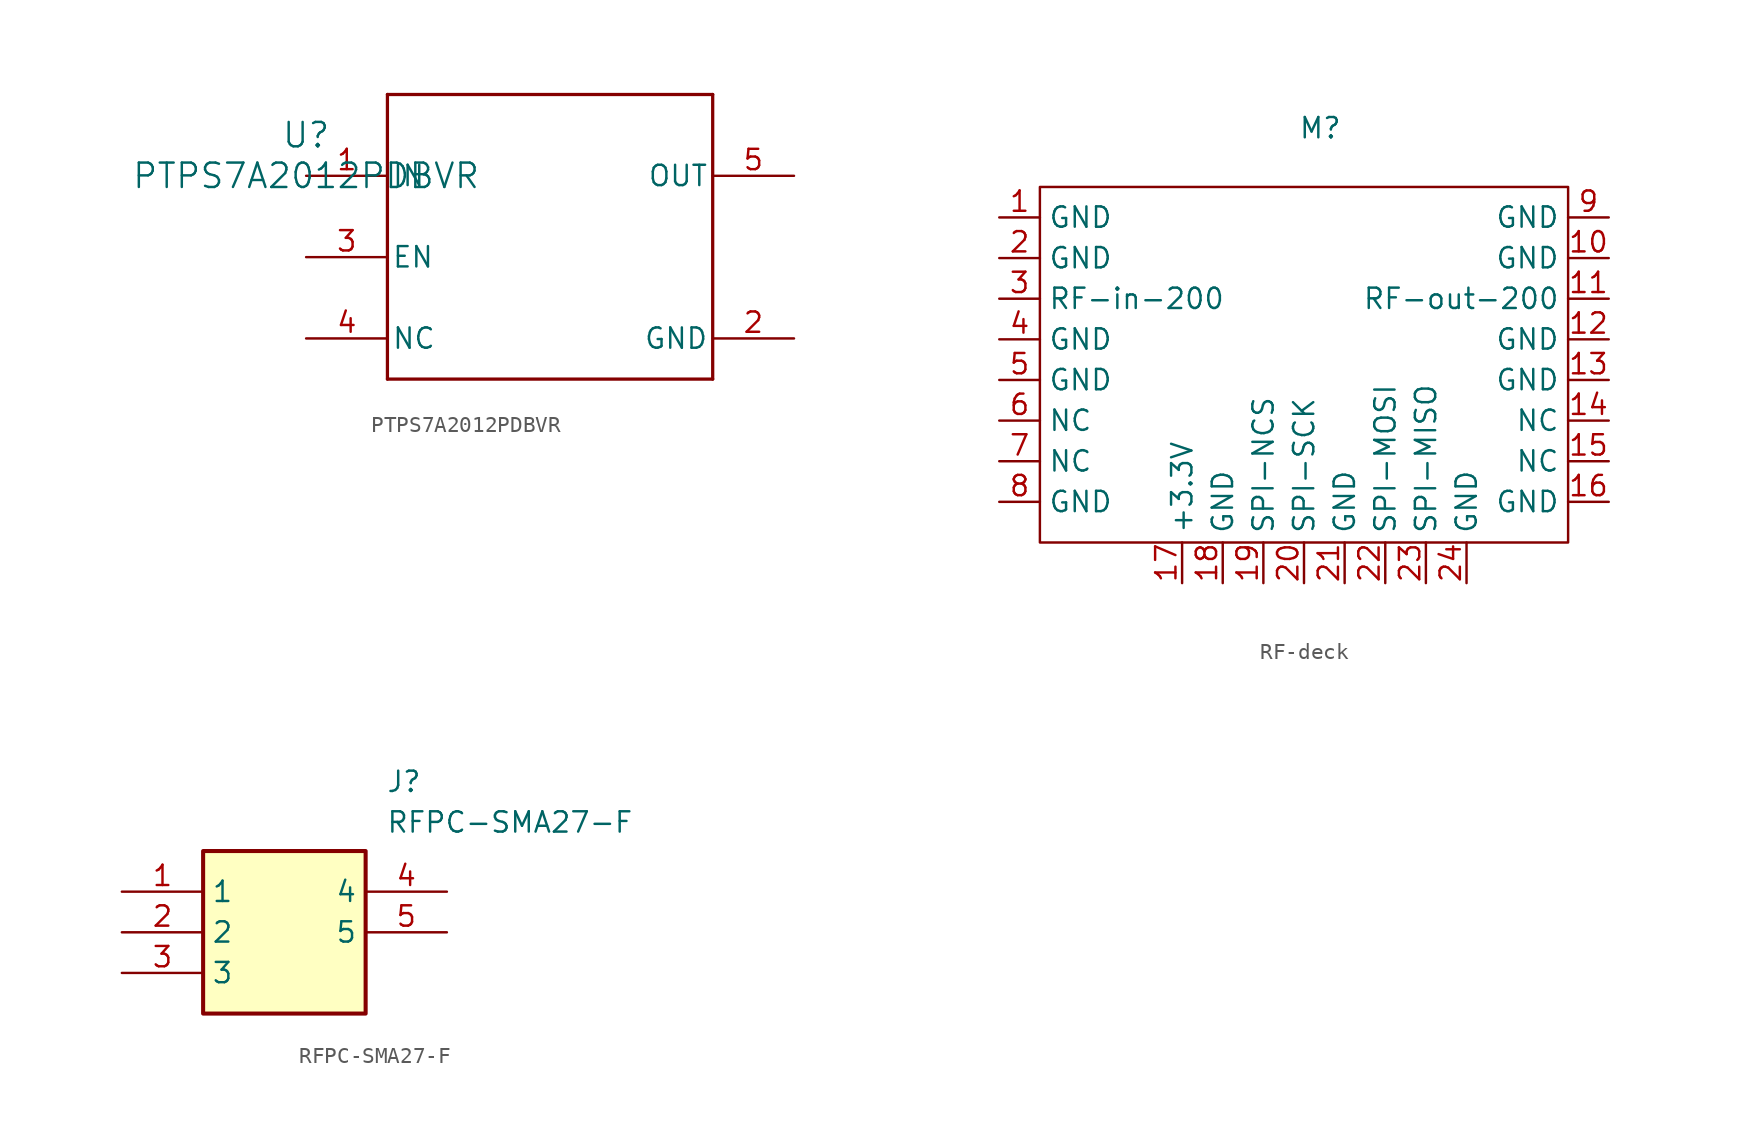
<source format=kicad_sym>
(kicad_symbol_lib
  (version 20241209)
  (generator "kicad_symbol_editor")
  (generator_version "9.0")
  (symbol "PTPS7A2012PDBVR"
    (pin_names
      (offset 0.254))
    (property "Reference" "U"
      (at 0 2.54 0)
      (effects (font (size 1.524 1.524))))
    (property "Value" "PTPS7A2012PDBVR"
      (at 0 0 0)
      (effects (font (size 1.524 1.524))))
    (property "ki_locked" ""
      (at 0 0 0)
      (effects (font (size 1.27 1.27))))
    (symbol "PTPS7A2012PDBVR_0_1"
      (polyline (pts (xy 5.08 5.08) (xy 5.08 -12.7)) (stroke (width 0.203) (type default)) (fill (type none)))
      (polyline (pts (xy 5.08 -12.7) (xy 25.4 -12.7)) (stroke (width 0.203) (type default)) (fill (type none)))
      (polyline (pts (xy 25.4 5.08) (xy 5.08 5.08)) (stroke (width 0.203) (type default)) (fill (type none)))
      (polyline (pts (xy 25.4 -12.7) (xy 25.4 5.08)) (stroke (width 0.203) (type default)) (fill (type none)))
      (pin power_in line (at 0 0 0) (length 5.08) (name "IN" (effects (font (size 1.27 1.27)))) (number "1" (effects (font (size 1.27 1.27)))))
      (pin input line (at 0 -5.08 0) (length 5.08) (name "EN" (effects (font (size 1.27 1.27)))) (number "3" (effects (font (size 1.27 1.27)))))
      (pin unspecified line (at 0 -10.16 0) (length 5.08) (name "NC" (effects (font (size 1.27 1.27)))) (number "4" (effects (font (size 1.27 1.27)))))
      (pin unspecified line (at 30.48 0 180) (length 5.08) (name "OUT" (effects (font (size 1.27 1.27)))) (number "5" (effects (font (size 1.27 1.27)))))
      (pin power_in line (at 30.48 -10.16 180) (length 5.08) (name "GND" (effects (font (size 1.27 1.27)))) (number "2" (effects (font (size 1.27 1.27)))))))
  (symbol "RF-deck"
    (property "Reference" "M"
      (at -0.254 3.048 0)
      (effects (font (size 1.27 1.27))))
    (property "Value" ""
      (at 0 0 0)
      (effects (font (size 1.27 1.27))))
    (symbol "RF-deck_0_1"
      (rectangle (start -17.78 -0.635) (end 15.24 -22.86) (stroke (width 0) (type default)) (fill (type none))))
    (symbol "RF-deck_1_1"
      (pin unspecified line (at -20.32 -2.54 0) (length 2.54) (name "GND" (effects (font (size 1.27 1.27)))) (number "1" (effects (font (size 1.27 1.27)))))
      (pin unspecified line (at -20.32 -5.08 0) (length 2.54) (name "GND" (effects (font (size 1.27 1.27)))) (number "2" (effects (font (size 1.27 1.27)))))
      (pin input line (at -20.32 -7.62 0) (length 2.54) (name "RF-in-200" (effects (font (size 1.27 1.27)))) (number "3" (effects (font (size 1.27 1.27)))))
      (pin unspecified line (at -20.32 -10.16 0) (length 2.54) (name "GND" (effects (font (size 1.27 1.27)))) (number "4" (effects (font (size 1.27 1.27)))))
      (pin unspecified line (at -20.32 -12.7 0) (length 2.54) (name "GND" (effects (font (size 1.27 1.27)))) (number "5" (effects (font (size 1.27 1.27)))))
      (pin unspecified line (at -20.32 -15.24 0) (length 2.54) (name "NC" (effects (font (size 1.27 1.27)))) (number "6" (effects (font (size 1.27 1.27)))))
      (pin unspecified line (at -20.32 -17.78 0) (length 2.54) (name "NC" (effects (font (size 1.27 1.27)))) (number "7" (effects (font (size 1.27 1.27)))))
      (pin unspecified line (at -20.32 -20.32 0) (length 2.54) (name "GND" (effects (font (size 1.27 1.27)))) (number "8" (effects (font (size 1.27 1.27)))))
      (pin power_in line (at -8.89 -25.4 90) (length 2.54) (name "+3.3V" (effects (font (size 1.27 1.27)))) (number "17" (effects (font (size 1.27 1.27)))))
      (pin unspecified line (at -6.35 -25.4 90) (length 2.54) (name "GND" (effects (font (size 1.27 1.27)))) (number "18" (effects (font (size 1.27 1.27)))))
      (pin input line (at -3.81 -25.4 90) (length 2.54) (name "SPI-NCS" (effects (font (size 1.27 1.27)))) (number "19" (effects (font (size 1.27 1.27)))))
      (pin input line (at -1.27 -25.4 90) (length 2.54) (name "SPI-SCK" (effects (font (size 1.27 1.27)))) (number "20" (effects (font (size 1.27 1.27)))))
      (pin unspecified line (at 1.27 -25.4 90) (length 2.54) (name "GND" (effects (font (size 1.27 1.27)))) (number "21" (effects (font (size 1.27 1.27)))))
      (pin input line (at 3.81 -25.4 90) (length 2.54) (name "SPI-MOSI" (effects (font (size 1.27 1.27)))) (number "22" (effects (font (size 1.27 1.27)))))
      (pin output line (at 6.35 -25.4 90) (length 2.54) (name "SPI-MISO" (effects (font (size 1.27 1.27)))) (number "23" (effects (font (size 1.27 1.27)))))
      (pin unspecified line (at 8.89 -25.4 90) (length 2.54) (name "GND" (effects (font (size 1.27 1.27)))) (number "24" (effects (font (size 1.27 1.27)))))
      (pin unspecified line (at 17.78 -2.54 180) (length 2.54) (name "GND" (effects (font (size 1.27 1.27)))) (number "9" (effects (font (size 1.27 1.27)))))
      (pin unspecified line (at 17.78 -5.08 180) (length 2.54) (name "GND" (effects (font (size 1.27 1.27)))) (number "10" (effects (font (size 1.27 1.27)))))
      (pin output line (at 17.78 -7.62 180) (length 2.54) (name "RF-out-200" (effects (font (size 1.27 1.27)))) (number "11" (effects (font (size 1.27 1.27)))))
      (pin unspecified line (at 17.78 -10.16 180) (length 2.54) (name "GND" (effects (font (size 1.27 1.27)))) (number "12" (effects (font (size 1.27 1.27)))))
      (pin unspecified line (at 17.78 -12.7 180) (length 2.54) (name "GND" (effects (font (size 1.27 1.27)))) (number "13" (effects (font (size 1.27 1.27)))))
      (pin unspecified line (at 17.78 -15.24 180) (length 2.54) (name "NC" (effects (font (size 1.27 1.27)))) (number "14" (effects (font (size 1.27 1.27)))))
      (pin unspecified line (at 17.78 -17.78 180) (length 2.54) (name "NC" (effects (font (size 1.27 1.27)))) (number "15" (effects (font (size 1.27 1.27)))))
      (pin unspecified line (at 17.78 -20.32 180) (length 2.54) (name "GND" (effects (font (size 1.27 1.27)))) (number "16" (effects (font (size 1.27 1.27)))))))
  (symbol "RFPC-SMA27-F"
    (property "Reference" "J"
      (at 16.51 7.62 0)
      (effects (font (size 1.27 1.27)) (justify left top)))
    (property "Value" "RFPC-SMA27-F"
      (at 16.51 5.08 0)
      (effects (font (size 1.27 1.27)) (justify left top)))
    (symbol "RFPC-SMA27-F_1_1"
      (rectangle (start 5.08 2.54) (end 15.24 -7.62) (stroke (width 0.254) (type default)) (fill (type background)))
      (pin passive line (at 0 0 0) (length 5.08) (name "1" (effects (font (size 1.27 1.27)))) (number "1" (effects (font (size 1.27 1.27)))))
      (pin passive line (at 0 -2.54 0) (length 5.08) (name "2" (effects (font (size 1.27 1.27)))) (number "2" (effects (font (size 1.27 1.27)))))
      (pin passive line (at 0 -5.08 0) (length 5.08) (name "3" (effects (font (size 1.27 1.27)))) (number "3" (effects (font (size 1.27 1.27)))))
      (pin passive line (at 20.32 0 180) (length 5.08) (name "4" (effects (font (size 1.27 1.27)))) (number "4" (effects (font (size 1.27 1.27)))))
      (pin passive line (at 20.32 -2.54 180) (length 5.08) (name "5" (effects (font (size 1.27 1.27)))) (number "5" (effects (font (size 1.27 1.27))))))))
</source>
